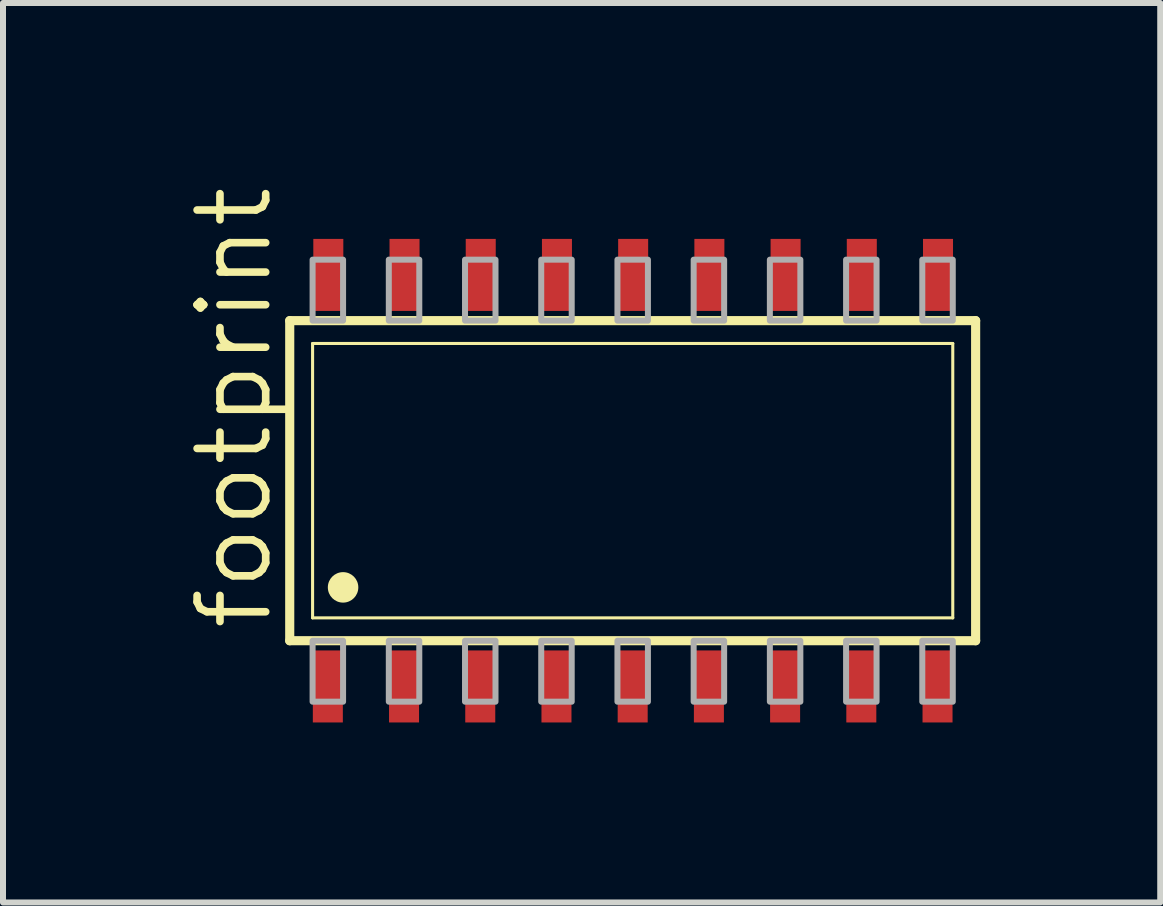
<source format=kicad_pcb>
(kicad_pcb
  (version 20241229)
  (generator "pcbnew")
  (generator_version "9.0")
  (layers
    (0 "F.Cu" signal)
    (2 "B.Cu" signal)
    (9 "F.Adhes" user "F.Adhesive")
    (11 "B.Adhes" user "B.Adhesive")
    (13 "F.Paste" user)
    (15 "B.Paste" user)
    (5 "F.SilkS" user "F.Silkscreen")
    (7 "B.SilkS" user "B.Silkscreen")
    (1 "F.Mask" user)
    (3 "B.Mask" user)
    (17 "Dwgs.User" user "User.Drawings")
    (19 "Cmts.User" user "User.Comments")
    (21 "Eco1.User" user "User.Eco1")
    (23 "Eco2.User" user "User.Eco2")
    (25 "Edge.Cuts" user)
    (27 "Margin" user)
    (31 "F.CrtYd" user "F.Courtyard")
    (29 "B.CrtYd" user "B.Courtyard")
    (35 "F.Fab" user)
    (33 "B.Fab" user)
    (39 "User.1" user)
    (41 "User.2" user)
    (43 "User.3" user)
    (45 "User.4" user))
  (footprint "footprint"
    (layer "F.Cu")
    (at 7.493 4.96)
    (property "Reference" "footprint" (at -5.969 2.54 90) (layer "F.SilkS") (effects (font (size 1.143 1.143) (thickness 0.127)) (justify left bottom)))
    (fp_line (start -5.715 -2.667) (end 5.715 -2.667) (stroke (width 0.152) (type solid)) (layer "F.SilkS"))
    (fp_line (start -5.715 2.667) (end -5.715 -2.667) (stroke (width 0.152) (type solid)) (layer "F.SilkS"))
    (fp_line (start -5.334 -2.286) (end 5.334 -2.286) (stroke (width 0.051) (type solid)) (layer "F.SilkS"))
    (fp_line (start -5.334 2.286) (end -5.334 -2.286) (stroke (width 0.051) (type solid)) (layer "F.SilkS"))
    (fp_line (start 5.334 -2.286) (end 5.334 2.286) (stroke (width 0.051) (type solid)) (layer "F.SilkS"))
    (fp_line (start 5.334 2.286) (end -5.334 2.286) (stroke (width 0.051) (type solid)) (layer "F.SilkS"))
    (fp_line (start 5.715 -2.667) (end 5.715 2.667) (stroke (width 0.152) (type solid)) (layer "F.SilkS"))
    (fp_line (start 5.715 2.667) (end -5.715 2.667) (stroke (width 0.152) (type solid)) (layer "F.SilkS"))
    (fp_circle (center -4.826 1.778) (end -4.699 1.778) (stroke (width 0.254) (type solid)) (fill yes) (layer "F.SilkS"))
    (fp_poly (pts (xy -5.334 -2.667) (xy -4.826 -2.667) (xy -4.826 -3.683) (xy -5.334 -3.683)) (stroke (width 0.1) (type solid)) (fill no) (layer "F.Fab"))
    (fp_poly (pts (xy -5.334 3.683) (xy -4.826 3.683) (xy -4.826 2.667) (xy -5.334 2.667)) (stroke (width 0.1) (type solid)) (fill no) (layer "F.Fab"))
    (fp_poly (pts (xy -4.064 -2.667) (xy -3.556 -2.667) (xy -3.556 -3.683) (xy -4.064 -3.683)) (stroke (width 0.1) (type solid)) (fill no) (layer "F.Fab"))
    (fp_poly (pts (xy -4.064 3.683) (xy -3.556 3.683) (xy -3.556 2.667) (xy -4.064 2.667)) (stroke (width 0.1) (type solid)) (fill no) (layer "F.Fab"))
    (fp_poly (pts (xy -2.794 -2.667) (xy -2.286 -2.667) (xy -2.286 -3.683) (xy -2.794 -3.683)) (stroke (width 0.1) (type solid)) (fill no) (layer "F.Fab"))
    (fp_poly (pts (xy -2.794 3.683) (xy -2.286 3.683) (xy -2.286 2.667) (xy -2.794 2.667)) (stroke (width 0.1) (type solid)) (fill no) (layer "F.Fab"))
    (fp_poly (pts (xy -1.524 -2.667) (xy -1.016 -2.667) (xy -1.016 -3.683) (xy -1.524 -3.683)) (stroke (width 0.1) (type solid)) (fill no) (layer "F.Fab"))
    (fp_poly (pts (xy -1.524 3.683) (xy -1.016 3.683) (xy -1.016 2.667) (xy -1.524 2.667)) (stroke (width 0.1) (type solid)) (fill no) (layer "F.Fab"))
    (fp_poly (pts (xy -0.254 -2.667) (xy 0.254 -2.667) (xy 0.254 -3.683) (xy -0.254 -3.683)) (stroke (width 0.1) (type solid)) (fill no) (layer "F.Fab"))
    (fp_poly (pts (xy -0.254 3.683) (xy 0.254 3.683) (xy 0.254 2.667) (xy -0.254 2.667)) (stroke (width 0.1) (type solid)) (fill no) (layer "F.Fab"))
    (fp_poly (pts (xy 1.016 -2.667) (xy 1.524 -2.667) (xy 1.524 -3.683) (xy 1.016 -3.683)) (stroke (width 0.1) (type solid)) (fill no) (layer "F.Fab"))
    (fp_poly (pts (xy 1.016 3.683) (xy 1.524 3.683) (xy 1.524 2.667) (xy 1.016 2.667)) (stroke (width 0.1) (type solid)) (fill no) (layer "F.Fab"))
    (fp_poly (pts (xy 2.286 -2.667) (xy 2.794 -2.667) (xy 2.794 -3.683) (xy 2.286 -3.683)) (stroke (width 0.1) (type solid)) (fill no) (layer "F.Fab"))
    (fp_poly (pts (xy 2.286 3.683) (xy 2.794 3.683) (xy 2.794 2.667) (xy 2.286 2.667)) (stroke (width 0.1) (type solid)) (fill no) (layer "F.Fab"))
    (fp_poly (pts (xy 3.556 -2.667) (xy 4.064 -2.667) (xy 4.064 -3.683) (xy 3.556 -3.683)) (stroke (width 0.1) (type solid)) (fill no) (layer "F.Fab"))
    (fp_poly (pts (xy 3.556 3.683) (xy 4.064 3.683) (xy 4.064 2.667) (xy 3.556 2.667)) (stroke (width 0.1) (type solid)) (fill no) (layer "F.Fab"))
    (fp_poly (pts (xy 4.826 -2.667) (xy 5.334 -2.667) (xy 5.334 -3.683) (xy 4.826 -3.683)) (stroke (width 0.1) (type solid)) (fill no) (layer "F.Fab"))
    (fp_poly (pts (xy 4.826 3.683) (xy 5.334 3.683) (xy 5.334 2.667) (xy 4.826 2.667)) (stroke (width 0.1) (type solid)) (fill no) (layer "F.Fab"))
    (pad "1" smd rect (at -5.08 3.429) (size 0.5 1.2) (layers "F.Cu" "F.Mask" "F.Paste"))
    (pad "2" smd rect (at -3.81 3.429) (size 0.5 1.2) (layers "F.Cu" "F.Mask" "F.Paste"))
    (pad "3" smd rect (at -2.54 3.429) (size 0.5 1.2) (layers "F.Cu" "F.Mask" "F.Paste"))
    (pad "4" smd rect (at -1.27 3.429) (size 0.5 1.2) (layers "F.Cu" "F.Mask" "F.Paste"))
    (pad "5" smd rect (at 0 3.429) (size 0.5 1.2) (layers "F.Cu" "F.Mask" "F.Paste"))
    (pad "6" smd rect (at 1.27 3.429) (size 0.5 1.2) (layers "F.Cu" "F.Mask" "F.Paste"))
    (pad "7" smd rect (at 2.54 3.429) (size 0.5 1.2) (layers "F.Cu" "F.Mask" "F.Paste"))
    (pad "8" smd rect (at 3.81 3.429) (size 0.5 1.2) (layers "F.Cu" "F.Mask" "F.Paste"))
    (pad "9" smd rect (at 5.08 3.429) (size 0.5 1.2) (layers "F.Cu" "F.Mask" "F.Paste"))
    (pad "10" smd rect (at 5.088 -3.429) (size 0.5 1.2) (layers "F.Cu" "F.Mask" "F.Paste"))
    (pad "11" smd rect (at 3.818 -3.429) (size 0.5 1.2) (layers "F.Cu" "F.Mask" "F.Paste"))
    (pad "12" smd rect (at 2.548 -3.429) (size 0.5 1.2) (layers "F.Cu" "F.Mask" "F.Paste"))
    (pad "13" smd rect (at 1.278 -3.429) (size 0.5 1.2) (layers "F.Cu" "F.Mask" "F.Paste"))
    (pad "14" smd rect (at 0.008 -3.429) (size 0.5 1.2) (layers "F.Cu" "F.Mask" "F.Paste"))
    (pad "15" smd rect (at -1.262 -3.429) (size 0.5 1.2) (layers "F.Cu" "F.Mask" "F.Paste"))
    (pad "16" smd rect (at -2.532 -3.429) (size 0.5 1.2) (layers "F.Cu" "F.Mask" "F.Paste"))
    (pad "17" smd rect (at -3.802 -3.429) (size 0.5 1.2) (layers "F.Cu" "F.Mask" "F.Paste"))
    (pad "18" smd rect (at -5.072 -3.429) (size 0.5 1.2) (layers "F.Cu" "F.Mask" "F.Paste")))
  (gr_rect
    (start -3 -3)
    (end 16.284 11.989)
    (stroke (width 0.1) (type default))
    (fill no)
    (layer "Edge.Cuts")))
</source>
